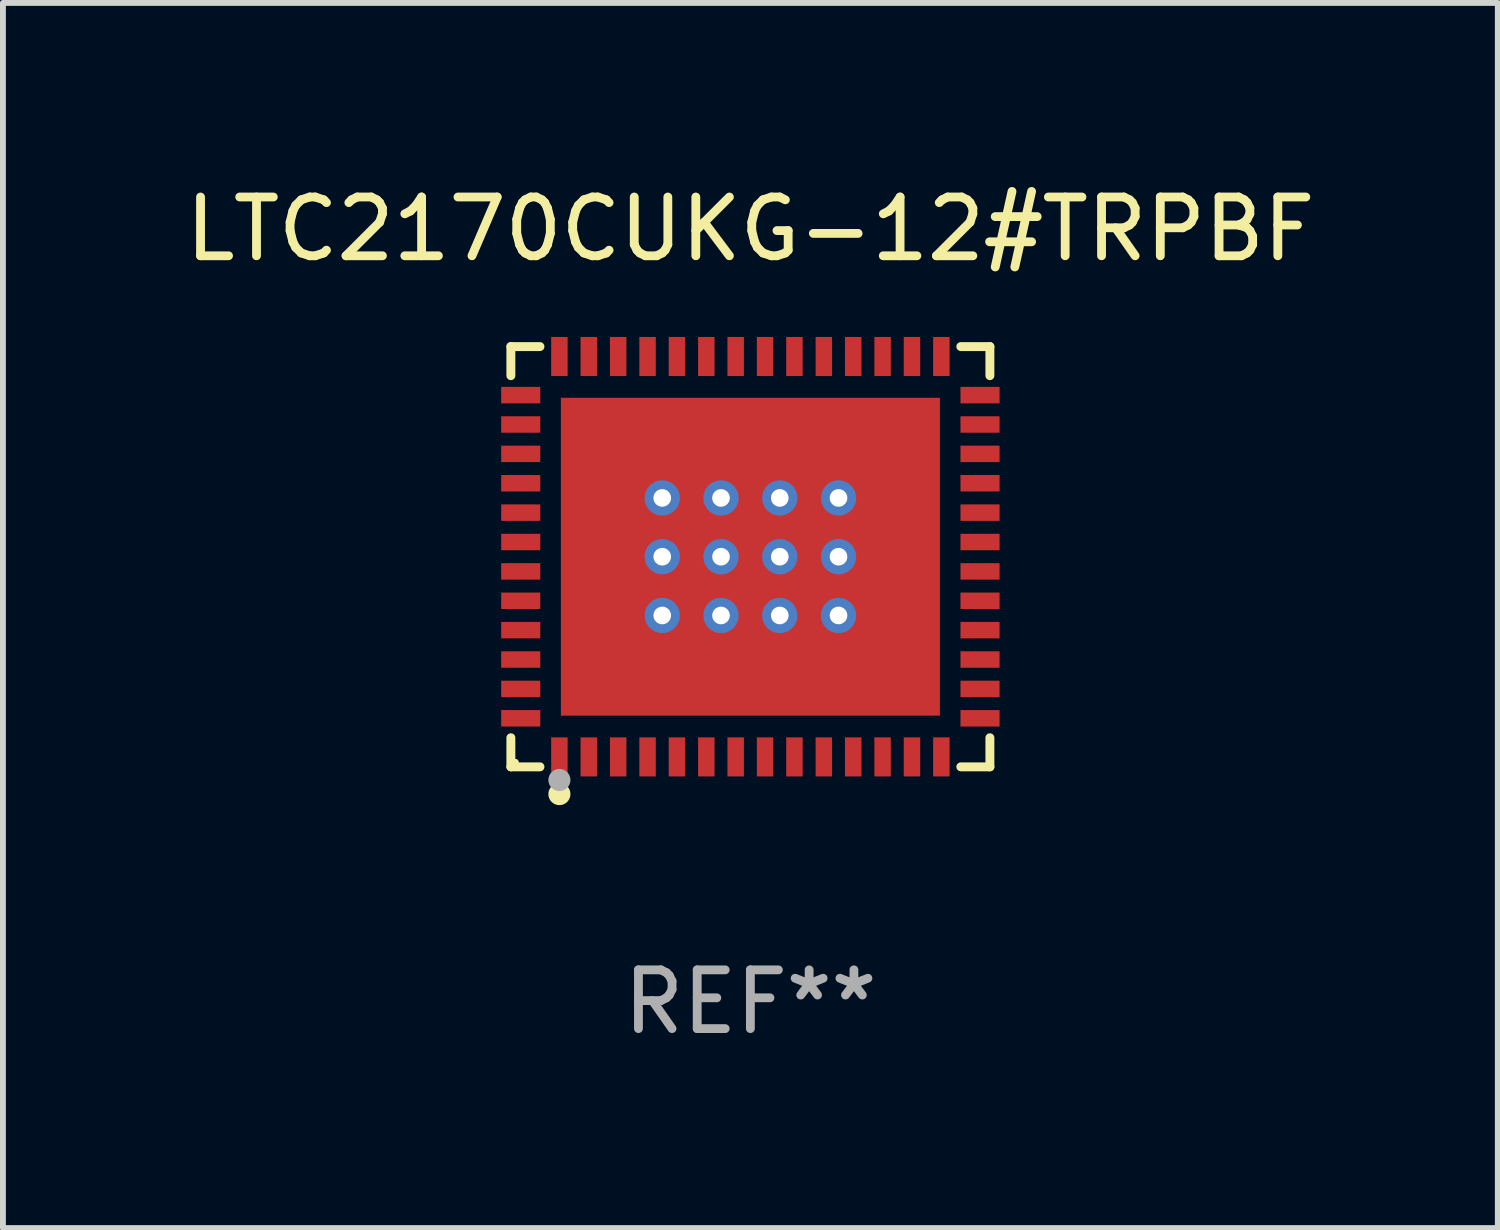
<source format=kicad_pcb>
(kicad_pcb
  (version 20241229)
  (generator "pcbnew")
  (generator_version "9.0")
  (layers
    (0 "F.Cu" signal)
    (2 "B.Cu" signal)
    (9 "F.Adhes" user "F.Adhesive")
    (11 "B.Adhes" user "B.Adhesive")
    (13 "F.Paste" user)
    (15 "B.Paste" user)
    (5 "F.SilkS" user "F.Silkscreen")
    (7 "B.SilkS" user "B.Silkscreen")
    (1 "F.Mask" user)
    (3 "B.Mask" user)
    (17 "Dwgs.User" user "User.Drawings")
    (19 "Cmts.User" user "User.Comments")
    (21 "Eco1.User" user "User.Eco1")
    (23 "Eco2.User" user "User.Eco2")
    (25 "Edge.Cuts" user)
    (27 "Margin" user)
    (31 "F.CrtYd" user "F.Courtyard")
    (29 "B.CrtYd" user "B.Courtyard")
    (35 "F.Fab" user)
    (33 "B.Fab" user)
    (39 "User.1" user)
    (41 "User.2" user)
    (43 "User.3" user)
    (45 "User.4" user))
  (footprint "LTC2170CUKG-12#TRPBF"
    (layer "F.Cu")
    (at 9.72 6.424)
    (property "Reference" "LTC2170CUKG-12#TRPBF" (at 0 -5.576 0) (layer "F.SilkS") (effects (font (size 1 1) (thickness 0.15))))
    (attr through_hole)
    (fp_line (start -4.076 -3.576) (end -3.581 -3.576) (stroke (width 0.152) (type solid)) (layer "F.SilkS"))
    (fp_line (start -4.076 -3.081) (end -4.076 -3.576) (stroke (width 0.152) (type solid)) (layer "F.SilkS"))
    (fp_line (start -4.076 3.081) (end -4.076 3.576) (stroke (width 0.152) (type solid)) (layer "F.SilkS"))
    (fp_line (start -4.076 3.576) (end -3.581 3.576) (stroke (width 0.152) (type solid)) (layer "F.SilkS"))
    (fp_line (start 4.076 -3.576) (end 3.581 -3.576) (stroke (width 0.152) (type solid)) (layer "F.SilkS"))
    (fp_line (start 4.076 -3.081) (end 4.076 -3.576) (stroke (width 0.152) (type solid)) (layer "F.SilkS"))
    (fp_line (start 4.076 3.081) (end 4.076 3.576) (stroke (width 0.152) (type solid)) (layer "F.SilkS"))
    (fp_line (start 4.076 3.576) (end 3.581 3.576) (stroke (width 0.152) (type solid)) (layer "F.SilkS"))
    (fp_circle (center -4 3.5) (end -3.97 3.5) (stroke (width 0.06) (type solid)) (fill no) (layer "F.SilkS"))
    (fp_circle (center -3.25 4.04) (end -3.156 4.04) (stroke (width 0.188) (type solid)) (fill no) (layer "F.SilkS"))
    (fp_circle (center -3.25 3.8) (end -3.156 3.8) (stroke (width 0.188) (type solid)) (fill no) (layer "F.Fab"))
    (fp_text user "REF**" (at 0 7.576 0) (layer "F.Fab") (effects (font (size 1 1) (thickness 0.15))))
    (pad "1" smd rect (at -3.25 3.407) (size 0.28 0.665) (layers "F.Cu" "F.Mask" "F.Paste"))
    (pad "2" smd rect (at -2.75 3.407) (size 0.28 0.665) (layers "F.Cu" "F.Mask" "F.Paste"))
    (pad "3" smd rect (at -2.25 3.407) (size 0.28 0.665) (layers "F.Cu" "F.Mask" "F.Paste"))
    (pad "4" smd rect (at -1.75 3.407) (size 0.28 0.665) (layers "F.Cu" "F.Mask" "F.Paste"))
    (pad "5" smd rect (at -1.25 3.407) (size 0.28 0.665) (layers "F.Cu" "F.Mask" "F.Paste"))
    (pad "6" smd rect (at -0.75 3.407) (size 0.28 0.665) (layers "F.Cu" "F.Mask" "F.Paste"))
    (pad "7" smd rect (at -0.25 3.407) (size 0.28 0.665) (layers "F.Cu" "F.Mask" "F.Paste"))
    (pad "8" smd rect (at 0.25 3.407) (size 0.28 0.665) (layers "F.Cu" "F.Mask" "F.Paste"))
    (pad "9" smd rect (at 0.75 3.407) (size 0.28 0.665) (layers "F.Cu" "F.Mask" "F.Paste"))
    (pad "10" smd rect (at 1.25 3.407) (size 0.28 0.665) (layers "F.Cu" "F.Mask" "F.Paste"))
    (pad "11" smd rect (at 1.75 3.407) (size 0.28 0.665) (layers "F.Cu" "F.Mask" "F.Paste"))
    (pad "12" smd rect (at 2.25 3.407) (size 0.28 0.665) (layers "F.Cu" "F.Mask" "F.Paste"))
    (pad "13" smd rect (at 2.75 3.407) (size 0.28 0.665) (layers "F.Cu" "F.Mask" "F.Paste"))
    (pad "14" smd rect (at 3.25 3.407) (size 0.28 0.665) (layers "F.Cu" "F.Mask" "F.Paste"))
    (pad "15" smd rect (at 3.908 2.75) (size 0.665 0.28) (layers "F.Cu" "F.Mask" "F.Paste"))
    (pad "16" smd rect (at 3.908 2.25) (size 0.665 0.28) (layers "F.Cu" "F.Mask" "F.Paste"))
    (pad "17" smd rect (at 3.908 1.75) (size 0.665 0.28) (layers "F.Cu" "F.Mask" "F.Paste"))
    (pad "18" smd rect (at 3.908 1.25) (size 0.665 0.28) (layers "F.Cu" "F.Mask" "F.Paste"))
    (pad "19" smd rect (at 3.908 0.75) (size 0.665 0.28) (layers "F.Cu" "F.Mask" "F.Paste"))
    (pad "20" smd rect (at 3.908 0.25) (size 0.665 0.28) (layers "F.Cu" "F.Mask" "F.Paste"))
    (pad "21" smd rect (at 3.908 -0.25) (size 0.665 0.28) (layers "F.Cu" "F.Mask" "F.Paste"))
    (pad "22" smd rect (at 3.908 -0.75) (size 0.665 0.28) (layers "F.Cu" "F.Mask" "F.Paste"))
    (pad "23" smd rect (at 3.908 -1.25) (size 0.665 0.28) (layers "F.Cu" "F.Mask" "F.Paste"))
    (pad "24" smd rect (at 3.908 -1.75) (size 0.665 0.28) (layers "F.Cu" "F.Mask" "F.Paste"))
    (pad "25" smd rect (at 3.908 -2.25) (size 0.665 0.28) (layers "F.Cu" "F.Mask" "F.Paste"))
    (pad "26" smd rect (at 3.908 -2.75) (size 0.665 0.28) (layers "F.Cu" "F.Mask" "F.Paste"))
    (pad "27" smd rect (at 3.25 -3.407) (size 0.28 0.665) (layers "F.Cu" "F.Mask" "F.Paste"))
    (pad "28" smd rect (at 2.75 -3.407) (size 0.28 0.665) (layers "F.Cu" "F.Mask" "F.Paste"))
    (pad "29" smd rect (at 2.25 -3.407) (size 0.28 0.665) (layers "F.Cu" "F.Mask" "F.Paste"))
    (pad "30" smd rect (at 1.75 -3.407) (size 0.28 0.665) (layers "F.Cu" "F.Mask" "F.Paste"))
    (pad "31" smd rect (at 1.25 -3.407) (size 0.28 0.665) (layers "F.Cu" "F.Mask" "F.Paste"))
    (pad "32" smd rect (at 0.75 -3.407) (size 0.28 0.665) (layers "F.Cu" "F.Mask" "F.Paste"))
    (pad "33" smd rect (at 0.25 -3.407) (size 0.28 0.665) (layers "F.Cu" "F.Mask" "F.Paste"))
    (pad "34" smd rect (at -0.25 -3.407) (size 0.28 0.665) (layers "F.Cu" "F.Mask" "F.Paste"))
    (pad "35" smd rect (at -0.75 -3.407) (size 0.28 0.665) (layers "F.Cu" "F.Mask" "F.Paste"))
    (pad "36" smd rect (at -1.25 -3.407) (size 0.28 0.665) (layers "F.Cu" "F.Mask" "F.Paste"))
    (pad "37" smd rect (at -1.75 -3.407) (size 0.28 0.665) (layers "F.Cu" "F.Mask" "F.Paste"))
    (pad "38" smd rect (at -2.25 -3.407) (size 0.28 0.665) (layers "F.Cu" "F.Mask" "F.Paste"))
    (pad "39" smd rect (at -2.75 -3.407) (size 0.28 0.665) (layers "F.Cu" "F.Mask" "F.Paste"))
    (pad "40" smd rect (at -3.25 -3.407) (size 0.28 0.665) (layers "F.Cu" "F.Mask" "F.Paste"))
    (pad "41" smd rect (at -3.908 -2.75) (size 0.665 0.28) (layers "F.Cu" "F.Mask" "F.Paste"))
    (pad "42" smd rect (at -3.908 -2.25) (size 0.665 0.28) (layers "F.Cu" "F.Mask" "F.Paste"))
    (pad "43" smd rect (at -3.908 -1.75) (size 0.665 0.28) (layers "F.Cu" "F.Mask" "F.Paste"))
    (pad "44" smd rect (at -3.908 -1.25) (size 0.665 0.28) (layers "F.Cu" "F.Mask" "F.Paste"))
    (pad "45" smd rect (at -3.908 -0.75) (size 0.665 0.28) (layers "F.Cu" "F.Mask" "F.Paste"))
    (pad "46" smd rect (at -3.908 -0.25) (size 0.665 0.28) (layers "F.Cu" "F.Mask" "F.Paste"))
    (pad "47" smd rect (at -3.908 0.25) (size 0.665 0.28) (layers "F.Cu" "F.Mask" "F.Paste"))
    (pad "48" smd rect (at -3.908 0.75) (size 0.665 0.28) (layers "F.Cu" "F.Mask" "F.Paste"))
    (pad "49" smd rect (at -3.908 1.25) (size 0.665 0.28) (layers "F.Cu" "F.Mask" "F.Paste"))
    (pad "50" smd rect (at -3.908 1.75) (size 0.665 0.28) (layers "F.Cu" "F.Mask" "F.Paste"))
    (pad "51" smd rect (at -3.908 2.25) (size 0.665 0.28) (layers "F.Cu" "F.Mask" "F.Paste"))
    (pad "52" smd rect (at -3.908 2.75) (size 0.665 0.28) (layers "F.Cu" "F.Mask" "F.Paste"))
    (pad "53" thru_hole circle (at -1.5 -1) (size 0.6 0.6) (drill 0.3) (layers "*.Cu" "*.Mask"))
    (pad "53" thru_hole circle (at -1.5 0) (size 0.6 0.6) (drill 0.3) (layers "*.Cu" "*.Mask"))
    (pad "53" thru_hole circle (at -1.5 1) (size 0.6 0.6) (drill 0.3) (layers "*.Cu" "*.Mask"))
    (pad "53" thru_hole circle (at -0.5 -1) (size 0.6 0.6) (drill 0.3) (layers "*.Cu" "*.Mask"))
    (pad "53" thru_hole circle (at -0.5 0) (size 0.6 0.6) (drill 0.3) (layers "*.Cu" "*.Mask"))
    (pad "53" thru_hole circle (at -0.5 1) (size 0.6 0.6) (drill 0.3) (layers "*.Cu" "*.Mask"))
    (pad "53" smd rect (at 0 0) (size 6.45 5.41) (layers "F.Cu" "F.Mask" "F.Paste"))
    (pad "53" thru_hole circle (at 0.5 -1) (size 0.6 0.6) (drill 0.3) (layers "*.Cu" "*.Mask"))
    (pad "53" thru_hole circle (at 0.5 0) (size 0.6 0.6) (drill 0.3) (layers "*.Cu" "*.Mask"))
    (pad "53" thru_hole circle (at 0.5 1) (size 0.6 0.6) (drill 0.3) (layers "*.Cu" "*.Mask"))
    (pad "53" thru_hole circle (at 1.5 -1) (size 0.6 0.6) (drill 0.3) (layers "*.Cu" "*.Mask"))
    (pad "53" thru_hole circle (at 1.5 0) (size 0.6 0.6) (drill 0.3) (layers "*.Cu" "*.Mask"))
    (pad "53" thru_hole circle (at 1.5 1) (size 0.6 0.6) (drill 0.3) (layers "*.Cu" "*.Mask")))
  (gr_rect
    (start -3 -3)
    (end 22.44 17.849)
    (stroke (width 0.1) (type default))
    (fill no)
    (layer "Edge.Cuts")))
</source>
